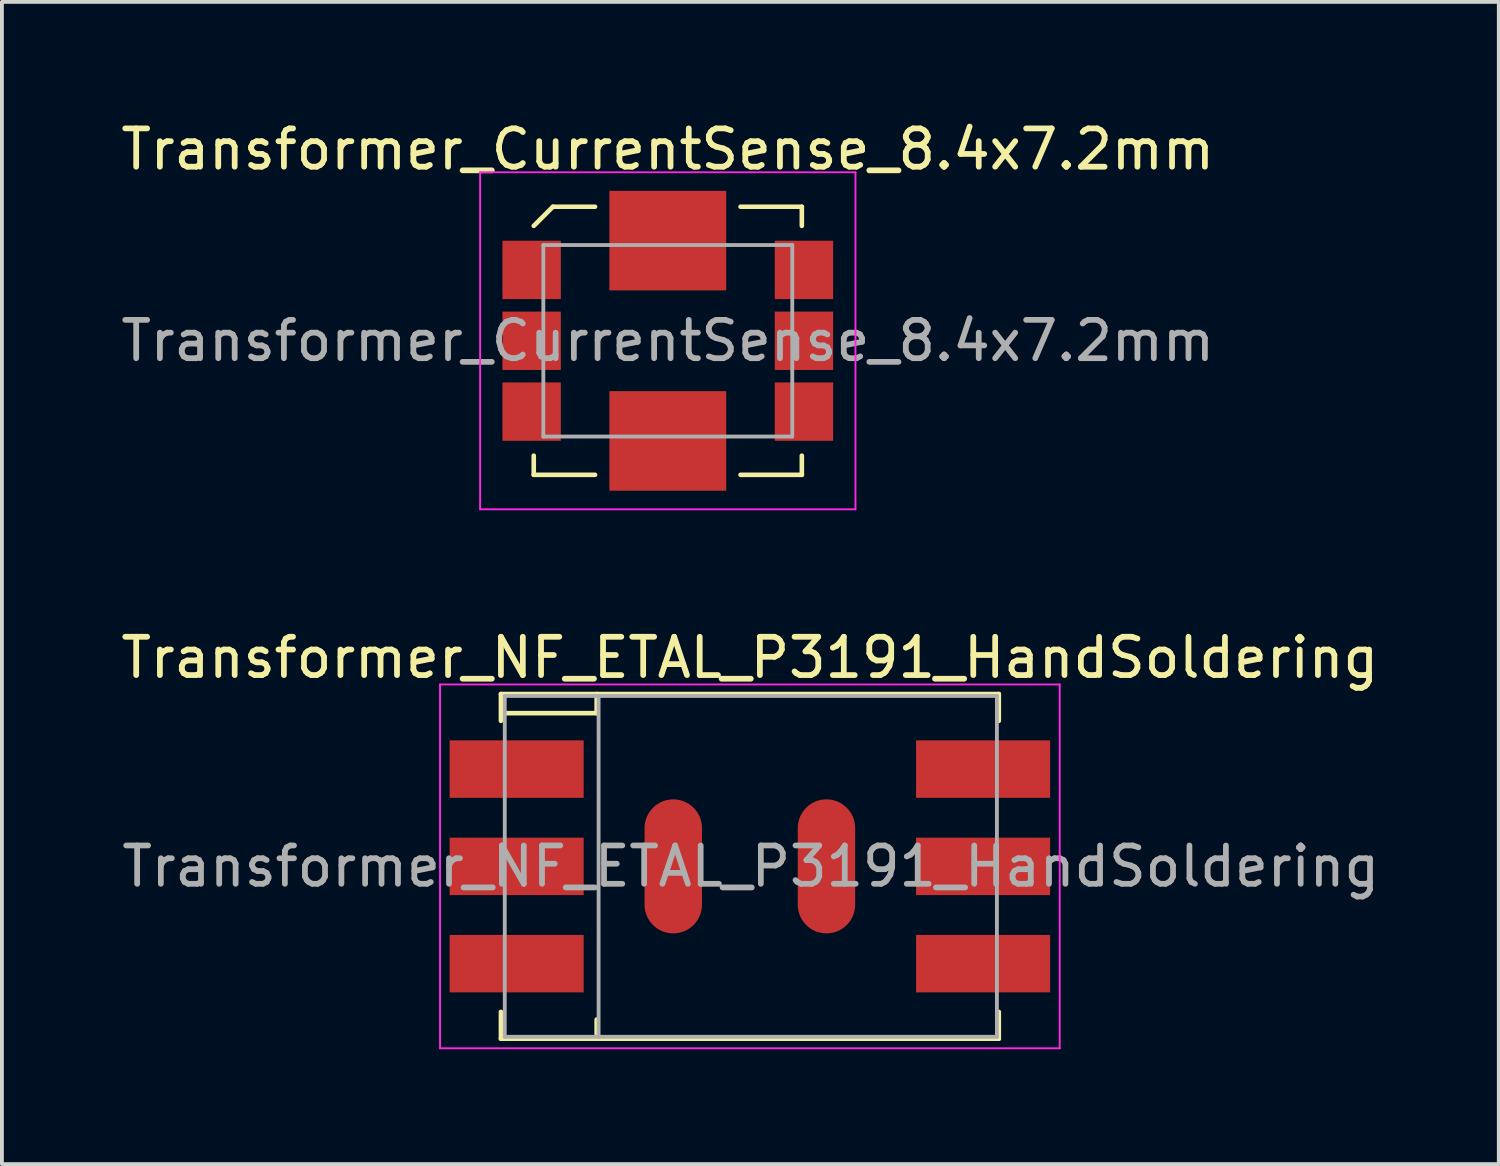
<source format=kicad_pcb>
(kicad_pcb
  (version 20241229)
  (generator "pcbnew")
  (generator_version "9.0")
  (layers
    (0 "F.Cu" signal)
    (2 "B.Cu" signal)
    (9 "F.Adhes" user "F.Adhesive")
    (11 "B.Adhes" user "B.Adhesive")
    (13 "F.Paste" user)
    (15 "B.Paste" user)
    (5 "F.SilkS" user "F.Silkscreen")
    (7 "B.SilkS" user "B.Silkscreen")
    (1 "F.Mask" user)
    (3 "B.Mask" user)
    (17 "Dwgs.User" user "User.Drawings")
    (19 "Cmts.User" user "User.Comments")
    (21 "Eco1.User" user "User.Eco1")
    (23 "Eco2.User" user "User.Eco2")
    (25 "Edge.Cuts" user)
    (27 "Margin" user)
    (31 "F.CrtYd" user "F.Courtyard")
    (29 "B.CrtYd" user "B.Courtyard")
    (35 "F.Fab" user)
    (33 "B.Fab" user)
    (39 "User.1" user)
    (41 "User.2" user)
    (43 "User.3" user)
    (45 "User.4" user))
  (footprint "Transformer_NF_ETAL_P3191_HandSoldering"
    (layer "F.Cu")
    (at 16.53 19.572)
    (property "Reference" "Transformer_NF_ETAL_P3191_HandSoldering" (at 0 -5.45 0) (layer "F.SilkS") (effects (font (size 1 1) (thickness 0.15))))
    (attr smd)
    (fp_line (start -6.5 -4.5) (end -6.5 -3.8) (stroke (width 0.12) (type solid)) (layer "F.SilkS"))
    (fp_line (start -6.5 3.8) (end -6.5 4.5) (stroke (width 0.12) (type solid)) (layer "F.SilkS"))
    (fp_line (start -6.5 4.5) (end 6.5 4.5) (stroke (width 0.12) (type solid)) (layer "F.SilkS"))
    (fp_line (start -4 -4.5) (end -4 -4) (stroke (width 0.12) (type solid)) (layer "F.SilkS"))
    (fp_line (start -4 -4) (end -6.42 -4) (stroke (width 0.12) (type solid)) (layer "F.SilkS"))
    (fp_line (start -4 4.5) (end -4 4) (stroke (width 0.12) (type solid)) (layer "F.SilkS"))
    (fp_line (start 6.5 -4.5) (end -6.5 -4.5) (stroke (width 0.12) (type solid)) (layer "F.SilkS"))
    (fp_line (start 6.5 -4.5) (end 6.5 -3.8) (stroke (width 0.12) (type solid)) (layer "F.SilkS"))
    (fp_line (start 6.5 3.8) (end 6.5 4.5) (stroke (width 0.12) (type solid)) (layer "F.SilkS"))
    (fp_line (start -8.09 -4.75) (end -8.09 4.75) (stroke (width 0.05) (type solid)) (layer "F.CrtYd"))
    (fp_line (start -8.09 -4.75) (end 8.09 -4.75) (stroke (width 0.05) (type solid)) (layer "F.CrtYd"))
    (fp_line (start 8.09 4.75) (end -8.09 4.75) (stroke (width 0.05) (type solid)) (layer "F.CrtYd"))
    (fp_line (start 8.09 4.75) (end 8.09 -4.75) (stroke (width 0.05) (type solid)) (layer "F.CrtYd"))
    (fp_line (start -6.4 -4.45) (end -6.4 4.45) (stroke (width 0.1) (type solid)) (layer "F.Fab"))
    (fp_line (start -6.4 4.45) (end 6.45 4.45) (stroke (width 0.1) (type solid)) (layer "F.Fab"))
    (fp_line (start -3.95 -4.45) (end -3.95 4.45) (stroke (width 0.1) (type solid)) (layer "F.Fab"))
    (fp_line (start 6.45 -4.45) (end -6.4 -4.45) (stroke (width 0.1) (type solid)) (layer "F.Fab"))
    (fp_line (start 6.45 4.45) (end 6.45 -4.45) (stroke (width 0.1) (type solid)) (layer "F.Fab"))
    (fp_text user "${REFERENCE}" (at 0.025 0 0) (layer "F.Fab") (effects (font (size 1 1) (thickness 0.15))))
    (pad "1" smd rect (at -6.09 -2.54) (size 3.5 1.5) (layers "F.Cu" "F.Mask" "F.Paste"))
    (pad "2" smd rect (at -6.09 0) (size 3.5 1.5) (layers "F.Cu" "F.Mask" "F.Paste"))
    (pad "2" smd rect (at -6.09 2.54) (size 3.5 1.5) (layers "F.Cu" "F.Mask" "F.Paste"))
    (pad "3" smd rect (at 6.09 2.54) (size 3.5 1.5) (layers "F.Cu" "F.Mask" "F.Paste"))
    (pad "4" smd rect (at 6.09 0) (size 3.5 1.5) (layers "F.Cu" "F.Mask" "F.Paste"))
    (pad "5" smd rect (at 6.09 -2.54) (size 3.5 1.5) (layers "F.Cu" "F.Mask" "F.Paste"))
    (pad "7" smd oval (at -2 0 90) (size 3.5 1.5) (layers "F.Cu" "F.Mask" "F.Paste"))
    (pad "7" smd oval (at 2 0 90) (size 3.5 1.5) (layers "F.Cu" "F.Mask" "F.Paste")))
  (footprint "Transformer_CurrentSense_8.4x7.2mm"
    (layer "F.Cu")
    (at 14.387 5.848)
    (property "Reference" "Transformer_CurrentSense_8.4x7.2mm" (at 0 -5 0) (layer "F.SilkS") (effects (font (size 1 1) (thickness 0.15))))
    (attr smd)
    (fp_line (start -3.5 -3) (end -3 -3.5) (stroke (width 0.12) (type solid)) (layer "F.SilkS"))
    (fp_line (start -3.5 3.5) (end -3.5 3) (stroke (width 0.12) (type solid)) (layer "F.SilkS"))
    (fp_line (start -3 -3.5) (end -1.9 -3.5) (stroke (width 0.12) (type solid)) (layer "F.SilkS"))
    (fp_line (start -1.9 3.5) (end -3.5 3.5) (stroke (width 0.12) (type solid)) (layer "F.SilkS"))
    (fp_line (start 1.9 -3.5) (end 3.5 -3.5) (stroke (width 0.12) (type solid)) (layer "F.SilkS"))
    (fp_line (start 1.9 3.5) (end 3.5 3.5) (stroke (width 0.12) (type solid)) (layer "F.SilkS"))
    (fp_line (start 3.5 -3.5) (end 3.5 -3) (stroke (width 0.12) (type solid)) (layer "F.SilkS"))
    (fp_line (start 3.5 3.5) (end 3.5 3) (stroke (width 0.12) (type solid)) (layer "F.SilkS"))
    (fp_line (start -4.9 -4.4) (end -4.9 4.4) (stroke (width 0.05) (type solid)) (layer "F.CrtYd"))
    (fp_line (start -4.9 4.4) (end 4.9 4.4) (stroke (width 0.05) (type solid)) (layer "F.CrtYd"))
    (fp_line (start 4.9 -4.4) (end -4.9 -4.4) (stroke (width 0.05) (type solid)) (layer "F.CrtYd"))
    (fp_line (start 4.9 4.4) (end 4.9 -4.4) (stroke (width 0.05) (type solid)) (layer "F.CrtYd"))
    (fp_line (start -3.25 -2.5) (end 3.25 -2.5) (stroke (width 0.1) (type solid)) (layer "F.Fab"))
    (fp_line (start -3.25 2.5) (end -3.25 -2.5) (stroke (width 0.1) (type solid)) (layer "F.Fab"))
    (fp_line (start 3.25 -2.5) (end 3.25 2.5) (stroke (width 0.1) (type solid)) (layer "F.Fab"))
    (fp_line (start 3.25 2.5) (end -3.25 2.5) (stroke (width 0.1) (type solid)) (layer "F.Fab"))
    (fp_text user "${REFERENCE}" (at 0 0 0) (layer "F.Fab") (effects (font (size 1 1) (thickness 0.15))))
    (pad "1" smd rect (at -3.555 -1.85) (size 1.524 1.524) (layers "F.Cu" "F.Mask" "F.Paste"))
    (pad "2" smd rect (at -3.555 0) (size 1.524 1.524) (layers "F.Cu" "F.Mask" "F.Paste"))
    (pad "3" smd rect (at -3.555 1.85) (size 1.524 1.524) (layers "F.Cu" "F.Mask" "F.Paste"))
    (pad "4" smd rect (at 3.555 1.85) (size 1.524 1.524) (layers "F.Cu" "F.Mask" "F.Paste"))
    (pad "5" smd rect (at 3.555 0) (size 1.524 1.524) (layers "F.Cu" "F.Mask" "F.Paste"))
    (pad "6" smd rect (at 3.555 -1.85) (size 1.524 1.524) (layers "F.Cu" "F.Mask" "F.Paste"))
    (pad "7" smd rect (at 0 2.615) (size 3.05 2.6) (layers "F.Cu" "F.Mask" "F.Paste"))
    (pad "8" smd rect (at 0 -2.615) (size 3.05 2.6) (layers "F.Cu" "F.Mask" "F.Paste")))
  (gr_rect
    (start -3 -3)
    (end 36.085 27.346)
    (stroke (width 0.1) (type default))
    (fill no)
    (layer "Edge.Cuts")))
</source>
